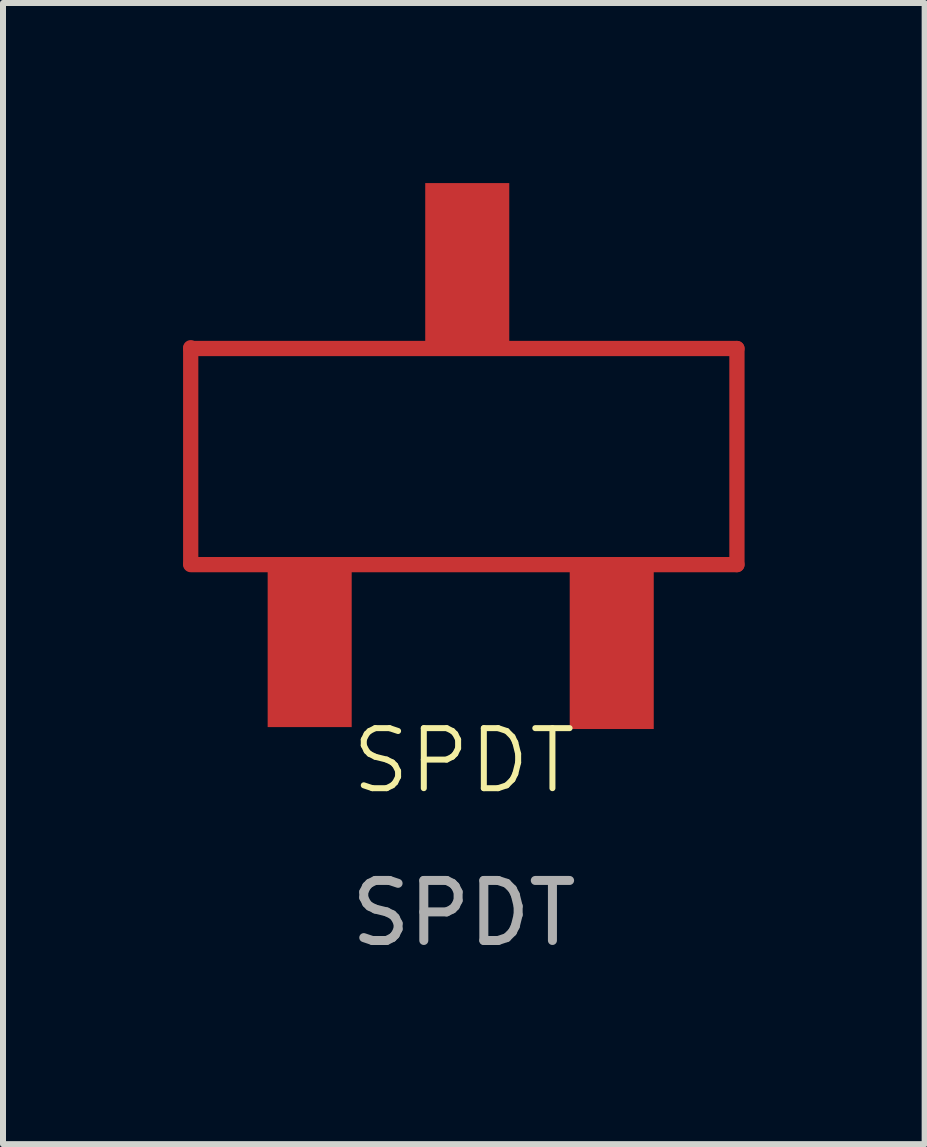
<source format=kicad_pcb>
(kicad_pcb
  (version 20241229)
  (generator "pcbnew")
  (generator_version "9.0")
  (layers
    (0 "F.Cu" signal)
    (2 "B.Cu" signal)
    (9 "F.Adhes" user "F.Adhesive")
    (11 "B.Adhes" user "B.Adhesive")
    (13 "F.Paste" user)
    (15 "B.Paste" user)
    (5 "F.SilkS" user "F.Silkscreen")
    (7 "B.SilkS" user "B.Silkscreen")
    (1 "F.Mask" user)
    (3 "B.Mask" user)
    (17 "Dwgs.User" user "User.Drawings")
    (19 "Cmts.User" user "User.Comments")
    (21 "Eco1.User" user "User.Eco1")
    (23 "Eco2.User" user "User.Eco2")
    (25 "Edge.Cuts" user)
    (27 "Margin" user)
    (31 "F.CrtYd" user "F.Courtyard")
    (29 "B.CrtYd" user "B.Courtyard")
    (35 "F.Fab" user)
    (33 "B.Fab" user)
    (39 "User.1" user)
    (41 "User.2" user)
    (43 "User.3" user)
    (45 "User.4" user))
  (footprint "SPDT"
    (layer "F.Cu")
    (at 4.677 4.543)
    (property "Reference" "SPDT" (at 0 5.08 0) (unlocked yes) (layer "F.SilkS") (effects (font (size 1 1) (thickness 0.1))))
    (attr smd)
    (fp_line (start -4.55 -1.8) (end -4.55 1.8) (stroke (width 0.254) (type solid)) (layer "F.Cu"))
    (fp_line (start 4.55 -1.787) (end -4.55 -1.787) (stroke (width 0.254) (type solid)) (layer "F.Cu"))
    (fp_line (start 4.55 -1.787) (end 4.55 1.813) (stroke (width 0.254) (type solid)) (layer "F.Cu"))
    (fp_line (start 4.55 1.813) (end -4.55 1.813) (stroke (width 0.254) (type solid)) (layer "F.Cu"))
    (fp_text user "${REFERENCE}" (at 0 7.62 0) (unlocked yes) (layer "F.Fab") (effects (font (size 1 1) (thickness 0.15))))
    (pad "1" smd rect (at -2.568 3.12) (size 1.4 2.8) (layers "F.Cu" "F.Mask" "F.Paste"))
    (pad "3" smd rect (at 2.464 3.152) (size 1.4 2.8) (layers "F.Cu" "F.Mask" "F.Paste"))
    (pad "4" smd rect (at 0.057 -3.143) (size 1.4 2.8) (layers "F.Cu" "F.Mask" "F.Paste")))
  (gr_rect
    (start -3 -3)
    (end 12.354 16.011)
    (stroke (width 0.1) (type default))
    (fill no)
    (layer "Edge.Cuts")))
</source>
